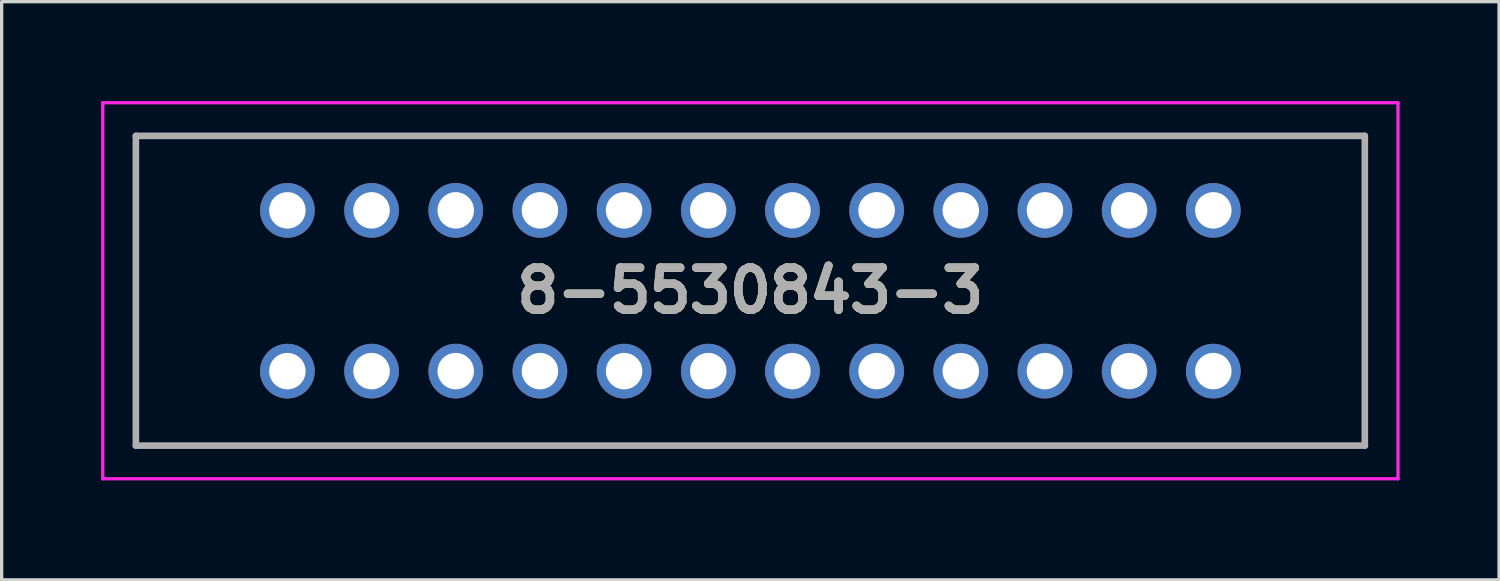
<source format=kicad_pcb>
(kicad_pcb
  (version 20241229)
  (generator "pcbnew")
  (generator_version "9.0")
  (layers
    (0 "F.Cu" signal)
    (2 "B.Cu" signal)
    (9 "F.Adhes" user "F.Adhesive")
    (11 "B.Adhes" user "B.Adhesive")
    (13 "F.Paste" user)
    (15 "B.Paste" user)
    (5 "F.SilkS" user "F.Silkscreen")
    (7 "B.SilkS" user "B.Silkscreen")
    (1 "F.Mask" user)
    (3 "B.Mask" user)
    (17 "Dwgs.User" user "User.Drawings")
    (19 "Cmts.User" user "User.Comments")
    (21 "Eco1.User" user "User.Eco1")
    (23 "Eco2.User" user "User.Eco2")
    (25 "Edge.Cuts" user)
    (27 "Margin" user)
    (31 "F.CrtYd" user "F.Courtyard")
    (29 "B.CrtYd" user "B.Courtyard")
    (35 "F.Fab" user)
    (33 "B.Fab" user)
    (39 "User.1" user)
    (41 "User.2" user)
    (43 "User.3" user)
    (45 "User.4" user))
  (footprint "8-5530843-3"
    (layer "F.Cu")
    (at 5.622 8.149)
    (property "Reference" "8-5530843-3" (at 13.97 -2.426 0) (layer "F.SilkS") (effects (font (size 1.27 1.27) (thickness 0.254))))
    (attr through_hole)
    (fp_line (start -4.572 -7.099) (end 32.512 -7.099) (stroke (width 0.1) (type solid)) (layer "F.SilkS"))
    (fp_line (start -4.572 2.248) (end -4.572 -7.099) (stroke (width 0.1) (type solid)) (layer "F.SilkS"))
    (fp_line (start 32.512 -7.099) (end 32.512 2.248) (stroke (width 0.1) (type solid)) (layer "F.SilkS"))
    (fp_line (start 32.512 2.248) (end -4.572 2.248) (stroke (width 0.1) (type solid)) (layer "F.SilkS"))
    (fp_line (start -5.572 -8.099) (end 33.512 -8.099) (stroke (width 0.1) (type solid)) (layer "F.CrtYd"))
    (fp_line (start -5.572 3.248) (end -5.572 -8.099) (stroke (width 0.1) (type solid)) (layer "F.CrtYd"))
    (fp_line (start 33.512 -8.099) (end 33.512 3.248) (stroke (width 0.1) (type solid)) (layer "F.CrtYd"))
    (fp_line (start 33.512 3.248) (end -5.572 3.248) (stroke (width 0.1) (type solid)) (layer "F.CrtYd"))
    (fp_line (start -4.572 -7.099) (end 32.512 -7.099) (stroke (width 0.2) (type solid)) (layer "F.Fab"))
    (fp_line (start -4.572 2.248) (end -4.572 -7.099) (stroke (width 0.2) (type solid)) (layer "F.Fab"))
    (fp_line (start 32.512 -7.099) (end 32.512 2.248) (stroke (width 0.2) (type solid)) (layer "F.Fab"))
    (fp_line (start 32.512 2.248) (end -4.572 2.248) (stroke (width 0.2) (type solid)) (layer "F.Fab"))
    (fp_text user "${REFERENCE}" (at 13.97 -2.426 0) (layer "F.Fab") (effects (font (size 1.27 1.27) (thickness 0.254))))
    (pad "1" thru_hole circle (at 0 0) (size 1.65 1.65) (drill 1.1) (layers "*.Cu" "*.Mask"))
    (pad "2" thru_hole circle (at 0 -4.851) (size 1.65 1.65) (drill 1.1) (layers "*.Cu" "*.Mask"))
    (pad "3" thru_hole circle (at 2.54 0) (size 1.65 1.65) (drill 1.1) (layers "*.Cu" "*.Mask"))
    (pad "4" thru_hole circle (at 2.54 -4.851) (size 1.65 1.65) (drill 1.1) (layers "*.Cu" "*.Mask"))
    (pad "5" thru_hole circle (at 5.08 0) (size 1.65 1.65) (drill 1.1) (layers "*.Cu" "*.Mask"))
    (pad "6" thru_hole circle (at 5.08 -4.851) (size 1.65 1.65) (drill 1.1) (layers "*.Cu" "*.Mask"))
    (pad "7" thru_hole circle (at 7.62 0) (size 1.65 1.65) (drill 1.1) (layers "*.Cu" "*.Mask"))
    (pad "8" thru_hole circle (at 7.62 -4.851) (size 1.65 1.65) (drill 1.1) (layers "*.Cu" "*.Mask"))
    (pad "9" thru_hole circle (at 10.16 0) (size 1.65 1.65) (drill 1.1) (layers "*.Cu" "*.Mask"))
    (pad "10" thru_hole circle (at 10.16 -4.851) (size 1.65 1.65) (drill 1.1) (layers "*.Cu" "*.Mask"))
    (pad "11" thru_hole circle (at 12.7 0) (size 1.65 1.65) (drill 1.1) (layers "*.Cu" "*.Mask"))
    (pad "12" thru_hole circle (at 12.7 -4.851) (size 1.65 1.65) (drill 1.1) (layers "*.Cu" "*.Mask"))
    (pad "13" thru_hole circle (at 15.24 0) (size 1.65 1.65) (drill 1.1) (layers "*.Cu" "*.Mask"))
    (pad "14" thru_hole circle (at 15.24 -4.851) (size 1.65 1.65) (drill 1.1) (layers "*.Cu" "*.Mask"))
    (pad "15" thru_hole circle (at 17.78 0) (size 1.65 1.65) (drill 1.1) (layers "*.Cu" "*.Mask"))
    (pad "16" thru_hole circle (at 17.78 -4.851) (size 1.65 1.65) (drill 1.1) (layers "*.Cu" "*.Mask"))
    (pad "17" thru_hole circle (at 20.32 0) (size 1.65 1.65) (drill 1.1) (layers "*.Cu" "*.Mask"))
    (pad "18" thru_hole circle (at 20.32 -4.851) (size 1.65 1.65) (drill 1.1) (layers "*.Cu" "*.Mask"))
    (pad "19" thru_hole circle (at 22.86 0) (size 1.65 1.65) (drill 1.1) (layers "*.Cu" "*.Mask"))
    (pad "20" thru_hole circle (at 22.86 -4.851) (size 1.65 1.65) (drill 1.1) (layers "*.Cu" "*.Mask"))
    (pad "21" thru_hole circle (at 25.4 0) (size 1.65 1.65) (drill 1.1) (layers "*.Cu" "*.Mask"))
    (pad "22" thru_hole circle (at 25.4 -4.851) (size 1.65 1.65) (drill 1.1) (layers "*.Cu" "*.Mask"))
    (pad "23" thru_hole circle (at 27.94 0) (size 1.65 1.65) (drill 1.1) (layers "*.Cu" "*.Mask"))
    (pad "24" thru_hole circle (at 27.94 -4.851) (size 1.65 1.65) (drill 1.1) (layers "*.Cu" "*.Mask")))
  (gr_rect
    (start -3 -3)
    (end 42.184 14.447)
    (stroke (width 0.1) (type default))
    (fill no)
    (layer "Edge.Cuts")))
</source>
